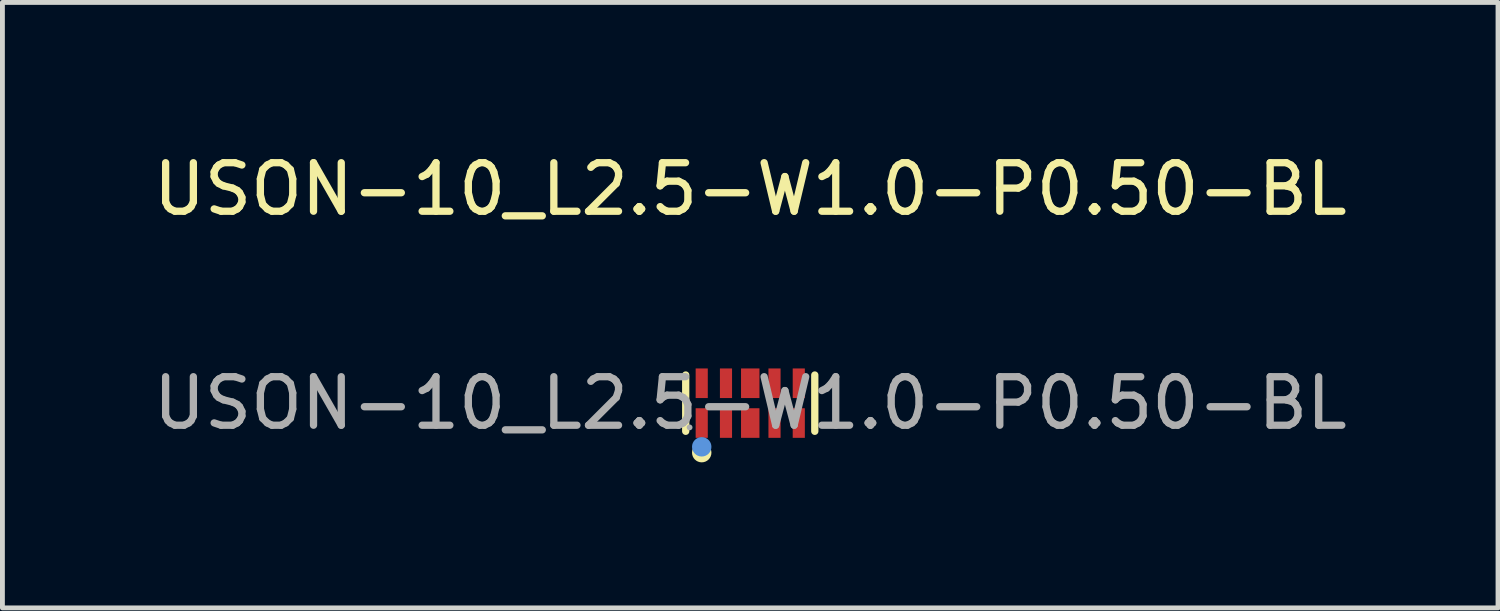
<source format=kicad_pcb>
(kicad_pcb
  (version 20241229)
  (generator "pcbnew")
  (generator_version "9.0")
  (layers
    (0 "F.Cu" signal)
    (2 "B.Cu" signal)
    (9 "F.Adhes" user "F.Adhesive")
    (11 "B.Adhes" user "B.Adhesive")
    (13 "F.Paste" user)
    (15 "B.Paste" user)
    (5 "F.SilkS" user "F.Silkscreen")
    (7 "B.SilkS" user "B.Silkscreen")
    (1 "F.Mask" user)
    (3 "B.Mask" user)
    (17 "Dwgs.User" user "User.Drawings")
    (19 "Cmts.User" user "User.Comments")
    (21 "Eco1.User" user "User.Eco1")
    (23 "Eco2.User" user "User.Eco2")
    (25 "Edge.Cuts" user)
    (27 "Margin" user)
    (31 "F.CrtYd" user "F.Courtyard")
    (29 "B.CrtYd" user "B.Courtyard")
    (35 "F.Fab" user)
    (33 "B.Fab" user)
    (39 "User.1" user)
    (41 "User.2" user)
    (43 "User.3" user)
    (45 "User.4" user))
  (footprint "USON-10_L2.5-W1.0-P0.50-BL"
    (layer "F.Cu")
    (at 12.411 5.258)
    (property "Reference" "USON-10_L2.5-W1.0-P0.50-BL" (at 0 -4.41 0) (layer "F.SilkS") (effects (font (size 1 1) (thickness 0.15))))
    (attr smd)
    (fp_line (start -1.33 0.58) (end -1.33 -0.58) (stroke (width 0.15) (type solid)) (layer "F.SilkS"))
    (fp_line (start 1.33 -0.58) (end 1.33 0.58) (stroke (width 0.15) (type solid)) (layer "F.SilkS"))
    (fp_circle (center -1 1.02) (end -0.9 1.02) (stroke (width 0.2) (type solid)) (fill no) (layer "F.SilkS"))
    (fp_circle (center -1 0.9) (end -0.9 0.9) (stroke (width 0.2) (type solid)) (fill no) (layer "Cmts.User"))
    (fp_circle (center -1.25 0.5) (end -1.22 0.5) (stroke (width 0.06) (type solid)) (fill no) (layer "F.Fab"))
    (fp_text user "${REFERENCE}" (at 0 0 0) (layer "F.Fab") (effects (font (size 1 1) (thickness 0.15))))
    (pad "1" smd rect (at -1 0.41) (size 0.25 0.61) (layers "F.Cu" "F.Mask" "F.Paste"))
    (pad "2" smd rect (at -0.5 0.41) (size 0.25 0.61) (layers "F.Cu" "F.Mask" "F.Paste"))
    (pad "3" smd rect (at 0 0.41) (size 0.38 0.61) (layers "F.Cu" "F.Mask" "F.Paste"))
    (pad "4" smd rect (at 0.5 0.41) (size 0.25 0.61) (layers "F.Cu" "F.Mask" "F.Paste"))
    (pad "5" smd rect (at 1 0.41) (size 0.25 0.61) (layers "F.Cu" "F.Mask" "F.Paste"))
    (pad "6" smd rect (at 1 -0.41) (size 0.25 0.61) (layers "F.Cu" "F.Mask" "F.Paste"))
    (pad "7" smd rect (at 0.5 -0.41) (size 0.25 0.61) (layers "F.Cu" "F.Mask" "F.Paste"))
    (pad "8" smd rect (at 0 -0.41) (size 0.38 0.61) (layers "F.Cu" "F.Mask" "F.Paste"))
    (pad "9" smd rect (at -0.5 -0.41) (size 0.25 0.61) (layers "F.Cu" "F.Mask" "F.Paste"))
    (pad "10" smd rect (at -1 -0.41) (size 0.25 0.61) (layers "F.Cu" "F.Mask" "F.Paste")))
  (gr_rect
    (start -3 -3)
    (end 27.821 9.478)
    (stroke (width 0.1) (type default))
    (fill no)
    (layer "Edge.Cuts")))
</source>
